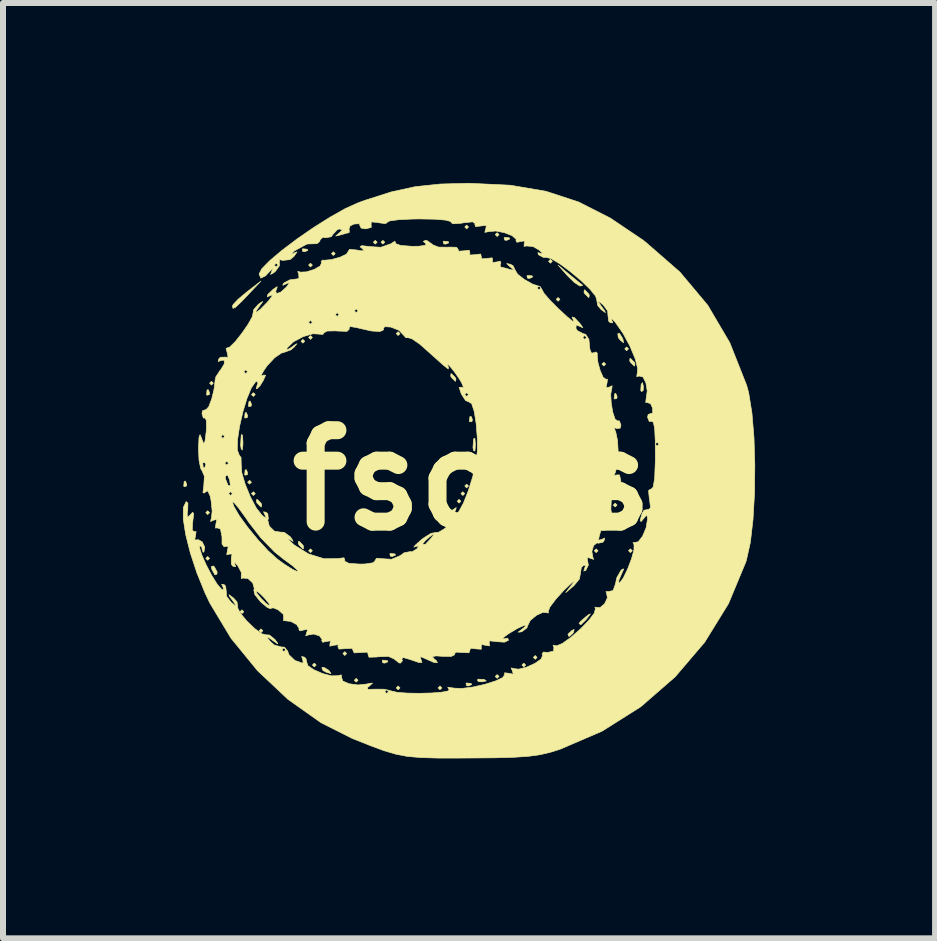
<source format=kicad_pcb>
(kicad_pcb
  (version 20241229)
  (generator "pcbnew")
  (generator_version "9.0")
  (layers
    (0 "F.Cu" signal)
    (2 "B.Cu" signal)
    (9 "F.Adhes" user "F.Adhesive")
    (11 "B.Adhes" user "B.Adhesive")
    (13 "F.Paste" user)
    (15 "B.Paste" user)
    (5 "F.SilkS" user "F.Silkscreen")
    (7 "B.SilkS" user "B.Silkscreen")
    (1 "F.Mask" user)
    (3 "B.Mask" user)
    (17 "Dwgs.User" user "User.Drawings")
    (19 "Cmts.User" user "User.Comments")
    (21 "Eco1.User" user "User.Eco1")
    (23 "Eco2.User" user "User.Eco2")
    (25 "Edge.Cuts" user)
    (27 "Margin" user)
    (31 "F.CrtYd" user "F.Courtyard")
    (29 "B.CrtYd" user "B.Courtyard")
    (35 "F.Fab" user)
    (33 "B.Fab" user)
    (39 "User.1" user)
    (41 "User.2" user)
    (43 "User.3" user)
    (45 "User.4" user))
  (footprint "fsoss"
    (layer "F.Cu")
    (at 4.825 4.957)
    (property "Reference" "fsoss" (at 0 0 0) (layer "F.SilkS") (effects (font (size 1.524 1.524) (thickness 0.3))))
    (attr through_hole)
    (fp_poly (pts (xy -4.445 0.54) (xy -4.413 0.572) (xy -4.381 0.54) (xy -4.413 0.508) (xy -4.445 0.54)) (stroke (width 0.01) (type solid)) (fill yes) (layer "F.SilkS"))
    (fp_poly (pts (xy -4.445 1.302) (xy -4.413 1.333) (xy -4.381 1.302) (xy -4.413 1.27) (xy -4.445 1.302)) (stroke (width 0.01) (type solid)) (fill yes) (layer "F.SilkS"))
    (fp_poly (pts (xy -4.381 -1.619) (xy -4.35 -1.587) (xy -4.318 -1.619) (xy -4.35 -1.651) (xy -4.381 -1.619)) (stroke (width 0.01) (type solid)) (fill yes) (layer "F.SilkS"))
    (fp_poly (pts (xy -3.873 2.191) (xy -3.842 2.223) (xy -3.81 2.191) (xy -3.842 2.159) (xy -3.873 2.191)) (stroke (width 0.01) (type solid)) (fill yes) (layer "F.SilkS"))
    (fp_poly (pts (xy -3.747 0.032) (xy -3.715 0.064) (xy -3.683 0.032) (xy -3.715 0) (xy -3.747 0.032)) (stroke (width 0.01) (type solid)) (fill yes) (layer "F.SilkS"))
    (fp_poly (pts (xy -3.683 -1.429) (xy -3.651 -1.397) (xy -3.619 -1.429) (xy -3.651 -1.46) (xy -3.683 -1.429)) (stroke (width 0.01) (type solid)) (fill yes) (layer "F.SilkS"))
    (fp_poly (pts (xy -3.683 0.222) (xy -3.651 0.254) (xy -3.619 0.222) (xy -3.651 0.191) (xy -3.683 0.222)) (stroke (width 0.01) (type solid)) (fill yes) (layer "F.SilkS"))
    (fp_poly (pts (xy -3.556 2.508) (xy -3.524 2.54) (xy -3.493 2.508) (xy -3.524 2.477) (xy -3.556 2.508)) (stroke (width 0.01) (type solid)) (fill yes) (layer "F.SilkS"))
    (fp_poly (pts (xy -2.857 -2.318) (xy -2.826 -2.286) (xy -2.794 -2.318) (xy -2.826 -2.349) (xy -2.857 -2.318)) (stroke (width 0.01) (type solid)) (fill yes) (layer "F.SilkS"))
    (fp_poly (pts (xy -2.731 -3.588) (xy -2.699 -3.556) (xy -2.667 -3.588) (xy -2.699 -3.619) (xy -2.731 -3.588)) (stroke (width 0.01) (type solid)) (fill yes) (layer "F.SilkS"))
    (fp_poly (pts (xy -2.731 -2.381) (xy -2.699 -2.349) (xy -2.667 -2.381) (xy -2.699 -2.413) (xy -2.731 -2.381)) (stroke (width 0.01) (type solid)) (fill yes) (layer "F.SilkS"))
    (fp_poly (pts (xy -2.731 1.175) (xy -2.699 1.206) (xy -2.667 1.175) (xy -2.699 1.143) (xy -2.731 1.175)) (stroke (width 0.01) (type solid)) (fill yes) (layer "F.SilkS"))
    (fp_poly (pts (xy -2.667 3.08) (xy -2.635 3.111) (xy -2.603 3.08) (xy -2.635 3.048) (xy -2.667 3.08)) (stroke (width 0.01) (type solid)) (fill yes) (layer "F.SilkS"))
    (fp_poly (pts (xy -2.349 -3.778) (xy -2.318 -3.747) (xy -2.286 -3.778) (xy -2.318 -3.81) (xy -2.349 -3.778)) (stroke (width 0.01) (type solid)) (fill yes) (layer "F.SilkS"))
    (fp_poly (pts (xy -2.159 2.889) (xy -2.127 2.921) (xy -2.095 2.889) (xy -2.127 2.857) (xy -2.159 2.889)) (stroke (width 0.01) (type solid)) (fill yes) (layer "F.SilkS"))
    (fp_poly (pts (xy -1.968 3.334) (xy -1.937 3.365) (xy -1.905 3.334) (xy -1.937 3.302) (xy -1.968 3.334)) (stroke (width 0.01) (type solid)) (fill yes) (layer "F.SilkS"))
    (fp_poly (pts (xy -1.651 -3.969) (xy -1.619 -3.937) (xy -1.587 -3.969) (xy -1.619 -4) (xy -1.651 -3.969)) (stroke (width 0.01) (type solid)) (fill yes) (layer "F.SilkS"))
    (fp_poly (pts (xy -1.524 -3.969) (xy -1.492 -3.937) (xy -1.46 -3.969) (xy -1.492 -4) (xy -1.524 -3.969)) (stroke (width 0.01) (type solid)) (fill yes) (layer "F.SilkS"))
    (fp_poly (pts (xy -1.27 -2.445) (xy -1.238 -2.413) (xy -1.206 -2.445) (xy -1.238 -2.477) (xy -1.27 -2.445)) (stroke (width 0.01) (type solid)) (fill yes) (layer "F.SilkS"))
    (fp_poly (pts (xy -1.27 3.461) (xy -1.238 3.493) (xy -1.206 3.461) (xy -1.238 3.429) (xy -1.27 3.461)) (stroke (width 0.01) (type solid)) (fill yes) (layer "F.SilkS"))
    (fp_poly (pts (xy -0.572 3.461) (xy -0.54 3.493) (xy -0.508 3.461) (xy -0.54 3.429) (xy -0.572 3.461)) (stroke (width 0.01) (type solid)) (fill yes) (layer "F.SilkS"))
    (fp_poly (pts (xy -0.254 0.349) (xy -0.222 0.381) (xy -0.191 0.349) (xy -0.222 0.318) (xy -0.254 0.349)) (stroke (width 0.01) (type solid)) (fill yes) (layer "F.SilkS"))
    (fp_poly (pts (xy -0.191 0.222) (xy -0.159 0.254) (xy -0.127 0.222) (xy -0.159 0.191) (xy -0.191 0.222)) (stroke (width 0.01) (type solid)) (fill yes) (layer "F.SilkS"))
    (fp_poly (pts (xy -0.127 -4.223) (xy -0.095 -4.191) (xy -0.064 -4.223) (xy -0.095 -4.255) (xy -0.127 -4.223)) (stroke (width 0.01) (type solid)) (fill yes) (layer "F.SilkS"))
    (fp_poly (pts (xy -0.127 0.095) (xy -0.095 0.127) (xy -0.064 0.095) (xy -0.095 0.064) (xy -0.127 0.095)) (stroke (width 0.01) (type solid)) (fill yes) (layer "F.SilkS"))
    (fp_poly (pts (xy 0.381 -4.096) (xy 0.413 -4.064) (xy 0.445 -4.096) (xy 0.413 -4.128) (xy 0.381 -4.096)) (stroke (width 0.01) (type solid)) (fill yes) (layer "F.SilkS"))
    (fp_poly (pts (xy 0.381 3.27) (xy 0.413 3.302) (xy 0.445 3.27) (xy 0.413 3.239) (xy 0.381 3.27)) (stroke (width 0.01) (type solid)) (fill yes) (layer "F.SilkS"))
    (fp_poly (pts (xy 0.826 3.08) (xy 0.857 3.111) (xy 0.889 3.08) (xy 0.857 3.048) (xy 0.826 3.08)) (stroke (width 0.01) (type solid)) (fill yes) (layer "F.SilkS"))
    (fp_poly (pts (xy 1.016 2.953) (xy 1.048 2.985) (xy 1.079 2.953) (xy 1.048 2.921) (xy 1.016 2.953)) (stroke (width 0.01) (type solid)) (fill yes) (layer "F.SilkS"))
    (fp_poly (pts (xy 1.27 -3.651) (xy 1.302 -3.619) (xy 1.333 -3.651) (xy 1.302 -3.683) (xy 1.27 -3.651)) (stroke (width 0.01) (type solid)) (fill yes) (layer "F.SilkS"))
    (fp_poly (pts (xy 1.397 -3.016) (xy 1.429 -2.985) (xy 1.46 -3.016) (xy 1.429 -3.048) (xy 1.397 -3.016)) (stroke (width 0.01) (type solid)) (fill yes) (layer "F.SilkS"))
    (fp_poly (pts (xy 2.032 1.175) (xy 2.064 1.206) (xy 2.095 1.175) (xy 2.064 1.143) (xy 2.032 1.175)) (stroke (width 0.01) (type solid)) (fill yes) (layer "F.SilkS"))
    (fp_poly (pts (xy 2.159 -1.937) (xy 2.191 -1.905) (xy 2.223 -1.937) (xy 2.191 -1.968) (xy 2.159 -1.937)) (stroke (width 0.01) (type solid)) (fill yes) (layer "F.SilkS"))
    (fp_poly (pts (xy 2.349 0.413) (xy 2.381 0.445) (xy 2.413 0.413) (xy 2.381 0.381) (xy 2.349 0.413)) (stroke (width 0.01) (type solid)) (fill yes) (layer "F.SilkS"))
    (fp_poly (pts (xy 2.54 -2.191) (xy 2.572 -2.159) (xy 2.603 -2.191) (xy 2.572 -2.223) (xy 2.54 -2.191)) (stroke (width 0.01) (type solid)) (fill yes) (layer "F.SilkS"))
    (fp_poly (pts (xy 2.603 1.175) (xy 2.635 1.206) (xy 2.667 1.175) (xy 2.635 1.143) (xy 2.603 1.175)) (stroke (width 0.01) (type solid)) (fill yes) (layer "F.SilkS"))
    (fp_poly (pts (xy -4.805 0.021) (xy -4.812 0.097) (xy -4.805 0.106) (xy -4.767 0.097) (xy -4.763 0.064) (xy -4.786 0.011) (xy -4.805 0.021)) (stroke (width 0.01) (type solid)) (fill yes) (layer "F.SilkS"))
    (fp_poly (pts (xy -4.424 -1.503) (xy -4.431 -1.427) (xy -4.424 -1.418) (xy -4.386 -1.427) (xy -4.381 -1.46) (xy -4.405 -1.513) (xy -4.424 -1.503)) (stroke (width 0.01) (type solid)) (fill yes) (layer "F.SilkS"))
    (fp_poly (pts (xy -3.789 -1.122) (xy -3.796 -1.046) (xy -3.789 -1.037) (xy -3.751 -1.046) (xy -3.747 -1.079) (xy -3.77 -1.132) (xy -3.789 -1.122)) (stroke (width 0.01) (type solid)) (fill yes) (layer "F.SilkS"))
    (fp_poly (pts (xy -3.789 -0.169) (xy -3.796 -0.094) (xy -3.789 -0.085) (xy -3.751 -0.093) (xy -3.747 -0.127) (xy -3.77 -0.179) (xy -3.789 -0.169)) (stroke (width 0.01) (type solid)) (fill yes) (layer "F.SilkS"))
    (fp_poly (pts (xy -3.725 -1.312) (xy -3.733 -1.237) (xy -3.725 -1.228) (xy -3.688 -1.236) (xy -3.683 -1.27) (xy -3.706 -1.322) (xy -3.725 -1.312)) (stroke (width 0.01) (type solid)) (fill yes) (layer "F.SilkS"))
    (fp_poly (pts (xy -2.836 -3.852) (xy -2.828 -3.815) (xy -2.794 -3.81) (xy -2.742 -3.833) (xy -2.752 -3.852) (xy -2.827 -3.86) (xy -2.836 -3.852)) (stroke (width 0.01) (type solid)) (fill yes) (layer "F.SilkS"))
    (fp_poly (pts (xy -1.503 3.006) (xy -1.494 3.043) (xy -1.46 3.048) (xy -1.408 3.025) (xy -1.418 3.006) (xy -1.494 2.998) (xy -1.503 3.006)) (stroke (width 0.01) (type solid)) (fill yes) (layer "F.SilkS"))
    (fp_poly (pts (xy -1.376 1.228) (xy -1.367 1.265) (xy -1.333 1.27) (xy -1.281 1.247) (xy -1.291 1.228) (xy -1.367 1.22) (xy -1.376 1.228)) (stroke (width 0.01) (type solid)) (fill yes) (layer "F.SilkS"))
    (fp_poly (pts (xy -0.487 -3.979) (xy -0.478 -3.942) (xy -0.445 -3.937) (xy -0.392 -3.96) (xy -0.402 -3.979) (xy -0.478 -3.987) (xy -0.487 -3.979)) (stroke (width 0.01) (type solid)) (fill yes) (layer "F.SilkS"))
    (fp_poly (pts (xy -0.106 3.387) (xy -0.097 3.424) (xy -0.064 3.429) (xy -0.011 3.406) (xy -0.021 3.387) (xy -0.097 3.379) (xy -0.106 3.387)) (stroke (width 0.01) (type solid)) (fill yes) (layer "F.SilkS"))
    (fp_poly (pts (xy -0.042 -1.058) (xy -0.05 -0.983) (xy -0.042 -0.974) (xy -0.005 -0.982) (xy 0 -1.016) (xy -0.023 -1.068) (xy -0.042 -1.058)) (stroke (width 0.01) (type solid)) (fill yes) (layer "F.SilkS"))
    (fp_poly (pts (xy -0.042 -0.233) (xy -0.05 -0.157) (xy -0.042 -0.148) (xy -0.005 -0.157) (xy 0 -0.191) (xy -0.023 -0.243) (xy -0.042 -0.233)) (stroke (width 0.01) (type solid)) (fill yes) (layer "F.SilkS"))
    (fp_poly (pts (xy 0.081 3.327) (xy 0.1 3.356) (xy 0.164 3.36) (xy 0.232 3.345) (xy 0.202 3.322) (xy 0.103 3.315) (xy 0.081 3.327)) (stroke (width 0.01) (type solid)) (fill yes) (layer "F.SilkS"))
    (fp_poly (pts (xy 0.529 -4.043) (xy 0.538 -4.005) (xy 0.572 -4) (xy 0.624 -4.024) (xy 0.614 -4.043) (xy 0.538 -4.05) (xy 0.529 -4.043)) (stroke (width 0.01) (type solid)) (fill yes) (layer "F.SilkS"))
    (fp_poly (pts (xy 0.91 -3.408) (xy 0.919 -3.37) (xy 0.953 -3.365) (xy 1.005 -3.389) (xy 0.995 -3.408) (xy 0.919 -3.415) (xy 0.91 -3.408)) (stroke (width 0.01) (type solid)) (fill yes) (layer "F.SilkS"))
    (fp_poly (pts (xy 2.371 -1.439) (xy 2.363 -1.364) (xy 2.371 -1.355) (xy 2.408 -1.363) (xy 2.413 -1.397) (xy 2.39 -1.449) (xy 2.371 -1.439)) (stroke (width 0.01) (type solid)) (fill yes) (layer "F.SilkS"))
    (fp_poly (pts (xy 2.814 -1.599) (xy 2.807 -1.5) (xy 2.819 -1.478) (xy 2.848 -1.497) (xy 2.852 -1.561) (xy 2.837 -1.629) (xy 2.814 -1.599)) (stroke (width 0.01) (type solid)) (fill yes) (layer "F.SilkS"))
    (fp_poly (pts (xy -4.353 1.439) (xy -4.342 1.489) (xy -4.291 1.578) (xy -4.258 1.563) (xy -4.255 1.528) (xy -4.301 1.442) (xy -4.317 1.429) (xy -4.353 1.439)) (stroke (width 0.01) (type solid)) (fill yes) (layer "F.SilkS"))
    (fp_poly (pts (xy -2.51 3.124) (xy -2.491 3.171) (xy -2.432 3.203) (xy -2.357 3.222) (xy -2.388 3.175) (xy -2.396 3.167) (xy -2.479 3.117) (xy -2.51 3.124)) (stroke (width 0.01) (type solid)) (fill yes) (layer "F.SilkS"))
    (fp_poly (pts (xy 1.661 2.502) (xy 1.593 2.566) (xy 1.607 2.603) (xy 1.616 2.603) (xy 1.669 2.558) (xy 1.689 2.53) (xy 1.696 2.487) (xy 1.661 2.502)) (stroke (width 0.01) (type solid)) (fill yes) (layer "F.SilkS"))
    (fp_poly (pts (xy 2.432 -2.379) (xy 2.469 -2.333) (xy 2.522 -2.292) (xy 2.509 -2.356) (xy 2.504 -2.368) (xy 2.454 -2.446) (xy 2.425 -2.446) (xy 2.432 -2.379)) (stroke (width 0.01) (type solid)) (fill yes) (layer "F.SilkS"))
    (fp_poly (pts (xy -3.854 -0.746) (xy -3.864 -0.585) (xy -3.854 -0.524) (xy -3.835 -0.504) (xy -3.825 -0.592) (xy -3.825 -0.635) (xy -3.831 -0.751) (xy -3.848 -0.764) (xy -3.854 -0.746)) (stroke (width 0.01) (type solid)) (fill yes) (layer "F.SilkS"))
    (fp_poly (pts (xy -3.6 0.359) (xy -3.588 0.381) (xy -3.528 0.442) (xy -3.517 0.445) (xy -3.512 0.403) (xy -3.524 0.381) (xy -3.584 0.32) (xy -3.595 0.318) (xy -3.6 0.359)) (stroke (width 0.01) (type solid)) (fill yes) (layer "F.SilkS"))
    (fp_poly (pts (xy -2.901 1.057) (xy -2.889 1.079) (xy -2.829 1.14) (xy -2.818 1.143) (xy -2.814 1.102) (xy -2.826 1.079) (xy -2.886 1.019) (xy -2.897 1.016) (xy -2.901 1.057)) (stroke (width 0.01) (type solid)) (fill yes) (layer "F.SilkS"))
    (fp_poly (pts (xy -0.361 -1.737) (xy -0.349 -1.714) (xy -0.289 -1.654) (xy -0.278 -1.651) (xy -0.274 -1.692) (xy -0.286 -1.714) (xy -0.346 -1.775) (xy -0.357 -1.778) (xy -0.361 -1.737)) (stroke (width 0.01) (type solid)) (fill yes) (layer "F.SilkS"))
    (fp_poly (pts (xy 0.023 -0.692) (xy 0.019 -0.681) (xy 0.01 -0.543) (xy 0.022 -0.491) (xy 0.043 -0.489) (xy 0.051 -0.588) (xy 0.051 -0.603) (xy 0.042 -0.702) (xy 0.023 -0.692)) (stroke (width 0.01) (type solid)) (fill yes) (layer "F.SilkS"))
    (fp_poly (pts (xy 1.861 -3.134) (xy 1.873 -3.111) (xy 1.933 -3.051) (xy 1.944 -3.048) (xy 1.949 -3.089) (xy 1.937 -3.111) (xy 1.877 -3.172) (xy 1.866 -3.175) (xy 1.861 -3.134)) (stroke (width 0.01) (type solid)) (fill yes) (layer "F.SilkS"))
    (fp_poly (pts (xy 1.935 2.242) (xy 1.889 2.278) (xy 1.801 2.356) (xy 1.778 2.389) (xy 1.809 2.408) (xy 1.893 2.326) (xy 1.913 2.302) (xy 1.968 2.227) (xy 1.935 2.242)) (stroke (width 0.01) (type solid)) (fill yes) (layer "F.SilkS"))
    (fp_poly (pts (xy 2.623 -1.991) (xy 2.635 -1.968) (xy 2.695 -1.908) (xy 2.706 -1.905) (xy 2.711 -1.946) (xy 2.699 -1.968) (xy 2.639 -2.029) (xy 2.628 -2.032) (xy 2.623 -1.991)) (stroke (width 0.01) (type solid)) (fill yes) (layer "F.SilkS"))
    (fp_poly (pts (xy -3.762 -3.138) (xy -3.903 -3.02) (xy -3.988 -2.93) (xy -4 -2.905) (xy -3.991 -2.866) (xy -3.95 -2.883) (xy -3.858 -2.97) (xy -3.743 -3.09) (xy -3.524 -3.322) (xy -3.762 -3.138)) (stroke (width 0.01) (type solid)) (fill yes) (layer "F.SilkS"))
    (fp_poly (pts (xy 1.583 -3.413) (xy 1.7 -3.298) (xy 1.79 -3.24) (xy 1.8 -3.239) (xy 1.841 -3.25) (xy 1.836 -3.254) (xy 1.775 -3.302) (xy 1.656 -3.399) (xy 1.619 -3.429) (xy 1.429 -3.588) (xy 1.583 -3.413)) (stroke (width 0.01) (type solid)) (fill yes) (layer "F.SilkS"))
    (fp_poly (pts (xy -0.536 -4.939) (xy -0.952 -4.895) (xy -1.351 -4.808) (xy -1.786 -4.669) (xy -1.905 -4.626) (xy -2.118 -4.53) (xy -2.373 -4.386) (xy -2.648 -4.213) (xy -2.922 -4.024) (xy -3.171 -3.836) (xy -3.374 -3.665) (xy -3.51 -3.527) (xy -3.556 -3.439) (xy -3.527 -3.37) (xy -3.446 -3.41) (xy -3.384 -3.477) (xy -3.331 -3.53) (xy -3.341 -3.493) (xy -3.365 -3.431) (xy -3.315 -3.458) (xy -3.283 -3.484) (xy -3.215 -3.579) (xy -3.215 -3.588) (xy -3.239 -3.588) (xy -3.27 -3.556) (xy -3.302 -3.588) (xy -3.27 -3.619) (xy -3.239 -3.588) (xy -3.215 -3.588) (xy -3.218 -3.637) (xy -3.213 -3.678) (xy -3.158 -3.666) (xy -3.039 -3.679) (xy -2.973 -3.734) (xy -2.922 -3.808) (xy -2.957 -3.797) (xy -2.987 -3.778) (xy -3.021 -3.766) (xy -2.966 -3.825) (xy -2.965 -3.826) (xy -2.757 -3.939) (xy -2.588 -3.945) (xy -2.542 -3.986) (xy -2.54 -4.007) (xy -2.494 -4.051) (xy -2.45 -4.043) (xy -2.353 -4.06) (xy -2.325 -4.1) (xy -2.248 -4.181) (xy -2.209 -4.19) (xy -2.17 -4.17) (xy -2.223 -4.121) (xy -2.278 -4.073) (xy -2.223 -4.083) (xy -2.201 -4.09) (xy -2.09 -4.121) (xy -2.055 -4.128) (xy -2.051 -4.168) (xy -2.059 -4.184) (xy -2.037 -4.242) (xy -1.968 -4.273) (xy -1.882 -4.277) (xy -1.877 -4.249) (xy -1.854 -4.204) (xy -1.778 -4.191) (xy -1.685 -4.216) (xy -1.688 -4.264) (xy -1.685 -4.308) (xy -1.578 -4.297) (xy -1.56 -4.293) (xy -1.447 -4.278) (xy -1.419 -4.301) (xy -1.419 -4.302) (xy -1.375 -4.325) (xy -1.23 -4.344) (xy -1.012 -4.355) (xy -0.887 -4.357) (xy -0.635 -4.353) (xy -0.452 -4.338) (xy -0.362 -4.315) (xy -0.358 -4.304) (xy -0.328 -4.276) (xy -0.203 -4.283) (xy -0.156 -4.291) (xy 0.004 -4.309) (xy 0.046 -4.28) (xy 0.041 -4.269) (xy 0.053 -4.228) (xy 0.137 -4.239) (xy 0.231 -4.249) (xy 0.225 -4.196) (xy 0.222 -4.19) (xy 0.207 -4.133) (xy 0.274 -4.146) (xy 0.39 -4.156) (xy 0.534 -4.128) (xy 0.662 -4.078) (xy 0.729 -4.02) (xy 0.727 -3.995) (xy 0.744 -3.967) (xy 0.801 -3.98) (xy 0.875 -3.991) (xy 0.864 -3.949) (xy 0.862 -3.899) (xy 0.903 -3.907) (xy 1.013 -3.896) (xy 1.113 -3.838) (xy 1.176 -3.78) (xy 1.149 -3.783) (xy 1.091 -3.795) (xy 1.103 -3.759) (xy 1.192 -3.712) (xy 1.224 -3.718) (xy 1.312 -3.696) (xy 1.458 -3.609) (xy 1.633 -3.479) (xy 1.81 -3.331) (xy 1.959 -3.187) (xy 2.054 -3.071) (xy 2.072 -3.014) (xy 2.09 -2.913) (xy 2.147 -2.846) (xy 2.218 -2.795) (xy 2.206 -2.826) (xy 2.159 -2.889) (xy 2.098 -2.976) (xy 2.119 -2.972) (xy 2.178 -2.927) (xy 2.255 -2.824) (xy 2.26 -2.754) (xy 2.272 -2.653) (xy 2.299 -2.627) (xy 2.34 -2.625) (xy 2.323 -2.673) (xy 2.321 -2.699) (xy 2.382 -2.635) (xy 2.51 -2.452) (xy 2.626 -2.238) (xy 2.713 -2.03) (xy 2.755 -1.866) (xy 2.751 -1.803) (xy 2.74 -1.728) (xy 2.781 -1.738) (xy 2.844 -1.722) (xy 2.893 -1.624) (xy 2.915 -1.488) (xy 2.897 -1.362) (xy 2.89 -1.295) (xy 2.915 -1.298) (xy 2.972 -1.275) (xy 3.003 -1.206) (xy 3.007 -1.12) (xy 2.979 -1.115) (xy 2.93 -1.096) (xy 2.921 -1.048) (xy 2.95 -0.979) (xy 2.983 -0.984) (xy 3.017 -0.968) (xy 3.039 -0.862) (xy 3.049 -0.656) (xy 3.049 -0.604) (xy 3.08 -0.635) (xy 3.111 -0.603) (xy 3.08 -0.572) (xy 3.049 -0.602) (xy 3.05 -0.335) (xy 3.049 -0.302) (xy 3.039 -0.034) (xy 3.014 0.114) (xy 2.975 0.152) (xy 2.967 0.148) (xy 2.937 0.173) (xy 2.949 0.298) (xy 2.953 0.318) (xy 2.97 0.457) (xy 2.939 0.487) (xy 2.934 0.485) (xy 2.862 0.499) (xy 2.832 0.545) (xy 2.797 0.665) (xy 2.812 0.69) (xy 2.858 0.635) (xy 2.907 0.576) (xy 2.92 0.633) (xy 2.92 0.648) (xy 2.896 0.793) (xy 2.837 0.933) (xy 2.765 1.025) (xy 2.711 1.036) (xy 2.678 1.038) (xy 2.695 1.073) (xy 2.694 1.16) (xy 2.652 1.311) (xy 2.587 1.482) (xy 2.516 1.629) (xy 2.455 1.71) (xy 2.442 1.714) (xy 2.442 1.667) (xy 2.482 1.572) (xy 2.524 1.478) (xy 2.5 1.482) (xy 2.476 1.504) (xy 2.407 1.625) (xy 2.386 1.726) (xy 2.346 1.838) (xy 2.283 1.852) (xy 2.226 1.856) (xy 2.236 1.876) (xy 2.251 1.959) (xy 2.204 2.059) (xy 2.129 2.122) (xy 2.083 2.119) (xy 2.042 2.115) (xy 2.052 2.14) (xy 2.032 2.216) (xy 1.938 2.338) (xy 1.799 2.481) (xy 1.644 2.617) (xy 1.503 2.719) (xy 1.405 2.76) (xy 1.388 2.756) (xy 1.344 2.749) (xy 1.359 2.784) (xy 1.353 2.849) (xy 1.251 2.87) (xy 1.186 2.863) (xy 1.161 2.894) (xy 1.172 2.916) (xy 1.148 2.978) (xy 1.045 3.051) (xy 0.904 3.115) (xy 0.77 3.149) (xy 0.692 3.139) (xy 0.646 3.128) (xy 0.667 3.176) (xy 0.682 3.233) (xy 0.61 3.218) (xy 0.537 3.209) (xy 0.539 3.237) (xy 0.509 3.287) (xy 0.387 3.345) (xy 0.21 3.401) (xy 0.012 3.446) (xy -0.172 3.47) (xy -0.306 3.465) (xy -0.41 3.449) (xy -0.398 3.477) (xy -0.387 3.485) (xy -0.4 3.511) (xy -0.509 3.532) (xy -0.68 3.546) (xy -0.882 3.551) (xy -1.082 3.548) (xy -1.249 3.536) (xy -1.301 3.524) (xy -1.397 3.524) (xy -1.429 3.556) (xy -1.46 3.524) (xy -1.429 3.493) (xy -1.397 3.524) (xy -1.301 3.524) (xy -1.351 3.513) (xy -1.357 3.51) (xy -1.468 3.483) (xy -1.619 3.482) (xy -1.74 3.485) (xy -1.75 3.457) (xy -1.714 3.428) (xy -1.664 3.381) (xy -1.72 3.386) (xy -1.757 3.396) (xy -1.906 3.412) (xy -2.054 3.392) (xy -2.16 3.347) (xy -2.181 3.287) (xy -2.18 3.284) (xy -2.185 3.244) (xy -2.245 3.258) (xy -2.352 3.26) (xy -2.499 3.221) (xy -2.643 3.158) (xy -2.742 3.091) (xy -2.758 3.042) (xy -2.775 2.971) (xy -2.803 2.947) (xy -2.847 2.939) (xy -2.832 2.975) (xy -2.82 3.04) (xy -2.838 3.047) (xy -2.959 3.003) (xy -3.058 2.908) (xy -3.081 2.844) (xy -3.096 2.826) (xy -3.111 2.826) (xy -3.143 2.857) (xy -3.175 2.826) (xy -3.143 2.794) (xy -3.111 2.826) (xy -3.096 2.826) (xy -3.132 2.782) (xy -3.184 2.779) (xy -3.301 2.747) (xy -3.373 2.684) (xy -3.428 2.609) (xy -3.399 2.619) (xy -3.334 2.667) (xy -3.247 2.728) (xy -3.251 2.708) (xy -3.293 2.652) (xy -3.384 2.579) (xy -3.438 2.577) (xy -3.513 2.558) (xy -3.631 2.47) (xy -3.759 2.347) (xy -3.864 2.221) (xy -3.914 2.126) (xy -3.911 2.104) (xy -3.925 2.025) (xy -3.985 1.96) (xy -4.059 1.906) (xy -4.048 1.936) (xy -4 2) (xy -3.939 2.087) (xy -3.96 2.083) (xy -4.019 2.038) (xy -4.097 1.935) (xy -4.101 1.865) (xy -4.114 1.764) (xy -4.14 1.738) (xy -4.18 1.733) (xy -4.159 1.778) (xy -4.143 1.831) (xy -4.182 1.815) (xy -4.252 1.736) (xy -4.343 1.59) (xy -4.435 1.415) (xy -4.509 1.249) (xy -4.547 1.129) (xy -4.545 1.094) (xy -4.512 1.109) (xy -4.508 1.143) (xy -4.49 1.2) (xy -4.475 1.194) (xy -4.461 1.115) (xy -4.504 1.027) (xy -4.571 0.989) (xy -4.589 0.995) (xy -4.63 0.99) (xy -4.615 0.928) (xy -4.606 0.854) (xy -4.635 0.857) (xy -4.67 0.833) (xy -4.664 0.705) (xy -4.661 0.686) (xy -4.645 0.556) (xy -4.664 0.534) (xy -4.699 0.572) (xy -4.748 0.618) (xy -4.754 0.562) (xy -4.745 0.494) (xy -4.742 0.381) (xy -4.772 0.355) (xy -4.819 0.454) (xy -4.82 0.646) (xy -4.779 0.907) (xy -4.701 1.215) (xy -4.592 1.546) (xy -4.457 1.878) (xy -4.378 2.045) (xy -4.024 2.633) (xy -3.581 3.175) (xy -3.074 3.652) (xy -2.523 4.042) (xy -2 4.305) (xy -1.706 4.422) (xy -1.474 4.508) (xy -1.274 4.567) (xy -1.079 4.604) (xy -0.856 4.623) (xy -0.577 4.631) (xy -0.212 4.631) (xy -0.046 4.63) (xy 0.372 4.627) (xy 0.689 4.618) (xy 0.931 4.602) (xy 1.124 4.576) (xy 1.293 4.537) (xy 1.46 4.485) (xy 2.162 4.183) (xy 2.807 3.776) (xy 3.381 3.277) (xy 3.873 2.7) (xy 4.27 2.057) (xy 4.56 1.36) (xy 4.57 1.326) (xy 4.635 1.034) (xy 4.679 0.651) (xy 4.704 0.211) (xy 4.709 -0.253) (xy 4.695 -0.708) (xy 4.661 -1.12) (xy 4.607 -1.457) (xy 4.573 -1.583) (xy 4.292 -2.293) (xy 3.925 -2.917) (xy 3.46 -3.472) (xy 2.885 -3.973) (xy 2.844 -4.005) (xy 2.299 -4.372) (xy 1.771 -4.64) (xy 1.227 -4.818) (xy 0.635 -4.919) (xy -0.037 -4.951) (xy -0.048 -4.952) (xy -0.536 -4.939)) (stroke (width 0.01) (type solid)) (fill yes) (layer "F.SilkS"))
    (fp_poly (pts (xy -0.819 -3.982) (xy -0.776 -3.947) (xy -0.782 -3.918) (xy -0.895 -3.902) (xy -1.008 -3.901) (xy -1.195 -3.915) (xy -1.282 -3.947) (xy -1.283 -3.969) (xy -1.293 -3.986) (xy -1.354 -3.945) (xy -1.526 -3.885) (xy -1.699 -3.895) (xy -1.842 -3.912) (xy -1.873 -3.894) (xy -1.841 -3.867) (xy -1.801 -3.826) (xy -1.867 -3.827) (xy -1.926 -3.839) (xy -2.047 -3.851) (xy -2.069 -3.818) (xy -2.099 -3.77) (xy -2.207 -3.719) (xy -2.347 -3.68) (xy -2.471 -3.668) (xy -2.497 -3.672) (xy -2.522 -3.647) (xy -2.513 -3.627) (xy -2.538 -3.572) (xy -2.638 -3.515) (xy -2.766 -3.475) (xy -2.871 -3.47) (xy -2.894 -3.482) (xy -2.912 -3.479) (xy -2.896 -3.445) (xy -2.891 -3.371) (xy -2.917 -3.358) (xy -3.035 -3.343) (xy -3.043 -3.342) (xy -3.137 -3.292) (xy -3.154 -3.276) (xy -3.16 -3.25) (xy -3.111 -3.272) (xy -3.05 -3.3) (xy -3.076 -3.253) (xy -3.103 -3.219) (xy -3.194 -3.137) (xy -3.264 -3.113) (xy -3.279 -3.154) (xy -3.262 -3.191) (xy -3.253 -3.229) (xy -3.322 -3.183) (xy -3.411 -3.097) (xy -3.42 -3.059) (xy -3.35 -3.086) (xy -3.334 -3.077) (xy -3.394 -2.997) (xy -3.424 -2.963) (xy -3.54 -2.846) (xy -3.605 -2.797) (xy -3.605 -2.824) (xy -3.548 -2.905) (xy -3.493 -2.98) (xy -3.526 -2.965) (xy -3.571 -2.93) (xy -3.647 -2.844) (xy -3.654 -2.798) (xy -3.669 -2.725) (xy -3.741 -2.598) (xy -3.844 -2.449) (xy -3.953 -2.312) (xy -4.045 -2.221) (xy -4.09 -2.206) (xy -4.107 -2.195) (xy -4.088 -2.131) (xy -4.073 -2.048) (xy -4.112 -2.054) (xy -4.202 -2.051) (xy -4.228 -2.023) (xy -4.237 -1.979) (xy -4.201 -1.994) (xy -4.138 -2.004) (xy -4.136 -1.94) (xy -4.195 -1.843) (xy -4.207 -1.83) (xy -4.276 -1.726) (xy -4.287 -1.683) (xy -4.306 -1.52) (xy -4.346 -1.354) (xy -4.396 -1.225) (xy -4.442 -1.175) (xy -4.448 -1.177) (xy -4.499 -1.16) (xy -4.508 -1.111) (xy -4.485 -1.038) (xy -4.46 -1.039) (xy -4.436 -1.002) (xy -4.433 -0.875) (xy -4.438 -0.804) (xy -4.458 -0.649) (xy -4.477 -0.609) (xy -4.505 -0.672) (xy -4.513 -0.699) (xy -4.54 -0.762) (xy -4.557 -0.718) (xy -4.565 -0.557) (xy -4.566 -0.528) (xy -4.557 -0.333) (xy -4.529 -0.195) (xy -4.505 -0.156) (xy -4.468 -0.068) (xy -4.477 0.085) (xy -4.492 0.208) (xy -4.466 0.212) (xy -4.457 0.2) (xy -4.411 0.176) (xy -4.372 0.263) (xy -4.355 0.344) (xy -4.338 0.515) (xy -4.351 0.635) (xy -4.356 0.646) (xy -4.364 0.688) (xy -4.317 0.666) (xy -4.26 0.652) (xy -4.275 0.723) (xy -4.284 0.797) (xy -4.254 0.793) (xy -4.2 0.812) (xy -4.174 0.943) (xy -4.174 1.063) (xy -4.138 1.11) (xy -4.11 1.1) (xy -4.07 1.106) (xy -4.084 1.168) (xy -4.095 1.242) (xy -4.052 1.231) (xy -4.005 1.229) (xy -4.019 1.289) (xy -4.019 1.399) (xy -3.988 1.437) (xy -3.946 1.439) (xy -3.964 1.391) (xy -3.967 1.364) (xy -3.912 1.422) (xy -3.851 1.538) (xy -3.854 1.607) (xy -3.852 1.641) (xy -3.827 1.63) (xy -3.742 1.637) (xy -3.662 1.712) (xy -3.635 1.806) (xy -3.644 1.829) (xy -3.626 1.907) (xy -3.537 2.019) (xy -3.522 2.034) (xy -3.419 2.12) (xy -3.367 2.141) (xy -3.365 2.136) (xy -3.319 2.126) (xy -3.237 2.16) (xy -3.151 2.236) (xy -3.146 2.291) (xy -3.149 2.341) (xy -3.132 2.341) (xy -3.028 2.353) (xy -2.929 2.406) (xy -2.889 2.47) (xy -2.893 2.482) (xy -2.876 2.511) (xy -2.819 2.497) (xy -2.745 2.484) (xy -2.762 2.539) (xy -2.779 2.594) (xy -2.746 2.581) (xy -2.648 2.563) (xy -2.549 2.594) (xy -2.505 2.652) (xy -2.512 2.673) (xy -2.495 2.701) (xy -2.438 2.687) (xy -2.363 2.677) (xy -2.374 2.719) (xy -2.376 2.766) (xy -2.311 2.751) (xy -2.236 2.741) (xy -2.242 2.774) (xy -2.224 2.814) (xy -2.116 2.807) (xy -2.003 2.802) (xy -1.989 2.839) (xy -1.97 2.878) (xy -1.862 2.871) (xy -1.746 2.865) (xy -1.738 2.908) (xy -1.723 2.95) (xy -1.593 2.946) (xy -1.565 2.942) (xy -1.399 2.936) (xy -1.307 2.977) (xy -1.306 2.978) (xy -1.223 3.044) (xy -1.199 3.048) (xy -1.165 3.009) (xy -1.175 2.985) (xy -1.161 2.953) (xy -1.047 2.985) (xy -0.896 3.037) (xy -0.84 3.038) (xy -0.857 2.985) (xy -0.861 2.978) (xy -0.865 2.94) (xy -0.778 2.976) (xy -0.774 2.978) (xy -0.649 3.034) (xy -0.583 3.043) (xy -0.6 3.006) (xy -0.635 2.979) (xy -0.669 2.938) (xy -0.599 2.928) (xy -0.497 2.935) (xy -0.352 2.937) (xy -0.296 2.909) (xy -0.3 2.899) (xy -0.276 2.865) (xy -0.17 2.871) (xy -0.056 2.876) (xy -0.044 2.838) (xy -0.029 2.8) (xy 0.054 2.81) (xy 0.149 2.817) (xy 0.148 2.777) (xy 0.153 2.736) (xy 0.215 2.751) (xy 0.29 2.761) (xy 0.28 2.721) (xy 0.284 2.676) (xy 0.395 2.689) (xy 0.399 2.69) (xy 0.534 2.699) (xy 0.603 2.668) (xy 0.59 2.631) (xy 0.527 2.643) (xy 0.501 2.638) (xy 0.569 2.582) (xy 0.621 2.547) (xy 0.757 2.467) (xy 0.858 2.421) (xy 0.899 2.416) (xy 0.857 2.459) (xy 0.826 2.482) (xy 0.762 2.532) (xy 0.806 2.529) (xy 0.826 2.524) (xy 0.91 2.461) (xy 0.921 2.425) (xy 0.966 2.336) (xy 1.07 2.25) (xy 1.181 2.2) (xy 1.24 2.209) (xy 1.27 2.212) (xy 1.263 2.191) (xy 1.291 2.116) (xy 1.306 2.095) (xy -3.378 2.095) (xy -3.439 2.054) (xy -3.524 1.968) (xy -3.598 1.877) (xy -3.607 1.841) (xy -3.546 1.883) (xy -3.461 1.968) (xy -3.387 2.06) (xy -3.378 2.095) (xy 1.306 2.095) (xy 1.389 1.985) (xy 1.519 1.841) (xy 1.643 1.722) (xy 1.701 1.674) (xy 1.684 1.708) (xy 1.679 1.714) (xy 1.556 1.873) (xy 1.694 1.756) (xy 1.785 1.645) (xy 1.801 1.556) (xy 1.806 1.524) (xy -2.909 1.524) (xy -2.993 1.488) (xy -3.138 1.396) (xy -3.249 1.315) (xy -3.405 1.175) (xy -3.578 0.987) (xy -3.747 0.781) (xy -3.889 0.585) (xy -3.979 0.429) (xy -4 0.358) (xy -3.969 0.375) (xy -3.885 0.478) (xy -3.764 0.646) (xy -3.731 0.696) (xy -3.527 0.959) (xy -3.298 1.194) (xy -3.152 1.311) (xy -3 1.423) (xy -2.914 1.5) (xy -2.909 1.524) (xy 1.806 1.524) (xy 1.817 1.454) (xy 1.847 1.425) (xy 1.894 1.413) (xy 1.873 1.46) (xy 1.857 1.514) (xy 1.892 1.5) (xy 1.934 1.413) (xy 1.923 1.353) (xy 1.914 1.283) (xy 1.968 1.301) (xy 2.022 1.319) (xy 2.01 1.286) (xy 1.992 1.188) (xy 2.021 1.089) (xy 2.077 1.043) (xy 2.098 1.049) (xy 2.172 1.035) (xy 2.196 1.007) (xy 2.205 0.963) (xy 2.158 0.985) (xy 2.102 0.999) (xy 2.116 0.926) (xy 2.127 0.889) (xy -0.639 0.889) (xy -0.655 0.922) (xy -0.69 0.968) (xy -0.783 1.067) (xy -0.824 1.067) (xy -0.826 1.056) (xy -0.782 1.003) (xy -0.714 0.944) (xy -0.639 0.889) (xy 2.127 0.889) (xy 2.153 0.8) (xy 2.159 0.753) (xy 2.198 0.72) (xy 2.222 0.73) (xy 2.257 0.719) (xy 2.243 0.66) (xy 2.23 0.586) (xy 2.285 0.603) (xy 2.339 0.62) (xy 2.326 0.585) (xy 2.309 0.483) (xy 2.317 0.312) (xy 2.325 0.253) (xy 2.363 0.092) (xy 2.404 0.056) (xy 2.421 0.074) (xy 2.462 0.105) (xy 2.475 0.017) (xy 2.476 0.012) (xy 2.453 -0.09) (xy 2.403 -0.089) (xy 2.36 -0.081) (xy 2.381 -0.126) (xy 2.412 -0.238) (xy 2.43 -0.417) (xy 2.431 -0.476) (xy 2.43 -0.493) (xy 0.083 -0.493) (xy 0.06 -0.294) (xy 0.006 -0.061) (xy -0.068 0.175) (xy -0.149 0.38) (xy -0.227 0.523) (xy -0.286 0.572) (xy -0.295 0.529) (xy -0.277 0.492) (xy -0.269 0.454) (xy -0.337 0.5) (xy -0.423 0.583) (xy -0.442 0.626) (xy -0.382 0.604) (xy -0.381 0.603) (xy -0.322 0.603) (xy -0.318 0.621) (xy -0.361 0.708) (xy -0.458 0.803) (xy -0.562 0.866) (xy -0.615 0.87) (xy -0.692 0.886) (xy -0.819 0.966) (xy -0.857 0.997) (xy -0.955 1.085) (xy -0.975 1.116) (xy -0.959 1.108) (xy -0.9 1.093) (xy -0.917 1.137) (xy -1.003 1.192) (xy -1.037 1.189) (xy -1.137 1.208) (xy -1.2 1.255) (xy -1.347 1.317) (xy -1.474 1.309) (xy -1.598 1.299) (xy -1.619 1.334) (xy -1.65 1.374) (xy -1.786 1.395) (xy -1.873 1.397) (xy -2.057 1.385) (xy -2.129 1.349) (xy -2.126 1.331) (xy -2.14 1.292) (xy -2.246 1.305) (xy -2.473 1.308) (xy -2.731 1.227) (xy -2.968 1.08) (xy -2.987 1.063) (xy -3.068 0.987) (xy -3.067 0.975) (xy -3.051 0.984) (xy -2.987 1.019) (xy -3.011 0.974) (xy -3.037 0.94) (xy -3.137 0.867) (xy -3.201 0.864) (xy -3.3 0.848) (xy -3.385 0.765) (xy -3.411 0.665) (xy -3.402 0.642) (xy -3.41 0.559) (xy -3.438 0.534) (xy -3.482 0.525) (xy -3.458 0.578) (xy -3.432 0.634) (xy -3.484 0.602) (xy -3.505 0.585) (xy -3.6 0.466) (xy -3.7 0.278) (xy -3.723 0.222) (xy -4 0.222) (xy -4.032 0.254) (xy -4.064 0.222) (xy -4.032 0.191) (xy -4 0.222) (xy -3.723 0.222) (xy -3.776 0.093) (xy -4.033 0.093) (xy -4.072 0.081) (xy -4.075 0.078) (xy -4.119 -0.032) (xy -4.114 -0.072) (xy -4.081 -0.087) (xy -4.047 -0.005) (xy -4.033 0.093) (xy -3.776 0.093) (xy -3.788 0.064) (xy -3.845 -0.131) (xy -3.853 -0.262) (xy -3.854 -0.286) (xy -4.064 -0.286) (xy -4.096 -0.254) (xy -4.445 -0.254) (xy -4.468 -0.202) (xy -4.487 -0.212) (xy -4.495 -0.287) (xy -4.487 -0.296) (xy -4.45 -0.288) (xy -4.445 -0.254) (xy -4.096 -0.254) (xy -4.128 -0.286) (xy -4.096 -0.318) (xy -4.064 -0.286) (xy -3.854 -0.286) (xy -3.856 -0.379) (xy -3.887 -0.421) (xy -3.919 -0.507) (xy -3.915 -0.678) (xy -3.907 -0.73) (xy -4.128 -0.73) (xy -4.159 -0.699) (xy -4.191 -0.73) (xy -4.159 -0.762) (xy -4.128 -0.73) (xy -3.907 -0.73) (xy -3.881 -0.9) (xy -3.826 -1.14) (xy -3.757 -1.366) (xy -3.683 -1.544) (xy -3.613 -1.642) (xy -3.588 -1.651) (xy -3.576 -1.61) (xy -3.588 -1.587) (xy -3.603 -1.528) (xy -3.594 -1.524) (xy -3.542 -1.573) (xy -3.488 -1.659) (xy -3.447 -1.751) (xy -3.479 -1.755) (xy -3.502 -1.742) (xy -3.52 -1.753) (xy -3.488 -1.81) (xy -3.747 -1.81) (xy -3.778 -1.778) (xy -3.81 -1.81) (xy -3.778 -1.841) (xy -3.747 -1.81) (xy -3.488 -1.81) (xy -3.469 -1.841) (xy -3.421 -1.909) (xy -3.296 -2.044) (xy -3.183 -2.121) (xy -3.153 -2.128) (xy -3.028 -2.173) (xy -2.971 -2.22) (xy -2.925 -2.277) (xy -2.965 -2.255) (xy -3.013 -2.219) (xy -3.093 -2.171) (xy -3.088 -2.207) (xy -2.981 -2.31) (xy -2.818 -2.396) (xy -2.657 -2.443) (xy -2.576 -2.438) (xy -2.491 -2.432) (xy -2.477 -2.457) (xy -2.421 -2.488) (xy -2.284 -2.491) (xy -2.246 -2.488) (xy -2.09 -2.483) (xy -2.052 -2.52) (xy -2.056 -2.528) (xy -2.045 -2.564) (xy -1.928 -2.546) (xy -1.891 -2.536) (xy -1.685 -2.489) (xy -1.54 -2.48) (xy -1.48 -2.508) (xy -1.487 -2.531) (xy -1.46 -2.561) (xy -1.358 -2.554) (xy -1.223 -2.5) (xy -1.163 -2.437) (xy -1.107 -2.376) (xy -1.081 -2.38) (xy -1.009 -2.36) (xy -0.883 -2.274) (xy -0.818 -2.218) (xy -0.656 -2.073) (xy -0.514 -1.946) (xy -0.482 -1.918) (xy -0.402 -1.855) (xy -0.397 -1.882) (xy -0.408 -1.905) (xy -0.414 -1.938) (xy -0.37 -1.896) (xy -0.298 -1.806) (xy -0.221 -1.696) (xy -0.18 -1.627) (xy -0.146 -1.545) (xy -0.185 -1.552) (xy -0.221 -1.55) (xy -0.189 -1.452) (xy -0.182 -1.435) (xy -0.113 -1.329) (xy -0.057 -1.306) (xy -0.011 -1.276) (xy 0.031 -1.147) (xy 0.063 -0.946) (xy 0.082 -0.702) (xy 0.083 -0.493) (xy 2.43 -0.493) (xy 2.42 -0.664) (xy 2.391 -0.803) (xy 2.381 -0.827) (xy 2.365 -0.879) (xy 2.403 -0.863) (xy 2.466 -0.87) (xy 2.477 -0.921) (xy 2.45 -0.992) (xy 2.421 -0.989) (xy 2.379 -1.02) (xy 2.341 -1.134) (xy 2.315 -1.287) (xy 2.307 -1.429) (xy -0.064 -1.429) (xy -0.095 -1.397) (xy -0.127 -1.429) (xy -0.095 -1.46) (xy -0.064 -1.429) (xy 2.307 -1.429) (xy 2.307 -1.436) (xy 2.325 -1.535) (xy 2.326 -1.538) (xy 2.33 -1.576) (xy 2.285 -1.555) (xy 2.228 -1.541) (xy 2.243 -1.612) (xy 2.253 -1.686) (xy 2.227 -1.685) (xy 2.181 -1.717) (xy 2.132 -1.826) (xy 2.093 -1.966) (xy 2.081 -2.089) (xy 2.085 -2.116) (xy 2.058 -2.14) (xy 2.034 -2.128) (xy 1.986 -2.119) (xy 1.959 -2.185) (xy 1.943 -2.349) (xy 1.923 -2.381) (xy 1.905 -2.381) (xy 1.873 -2.349) (xy 1.841 -2.381) (xy 1.873 -2.413) (xy 1.905 -2.381) (xy 1.923 -2.381) (xy 1.889 -2.434) (xy 1.847 -2.445) (xy 1.748 -2.496) (xy 1.727 -2.533) (xy 1.731 -2.589) (xy 1.786 -2.568) (xy 1.841 -2.543) (xy 1.811 -2.592) (xy 1.786 -2.623) (xy 1.774 -2.635) (xy -2.667 -2.635) (xy -2.699 -2.603) (xy -2.731 -2.635) (xy -2.699 -2.667) (xy -2.667 -2.635) (xy 1.774 -2.635) (xy 1.701 -2.712) (xy 1.662 -2.723) (xy 1.691 -2.651) (xy 1.675 -2.649) (xy 1.587 -2.721) (xy 1.542 -2.762) (xy -2.223 -2.762) (xy -2.254 -2.731) (xy -2.286 -2.762) (xy -2.254 -2.794) (xy -2.223 -2.762) (xy 1.542 -2.762) (xy 1.472 -2.826) (xy -1.905 -2.826) (xy -1.937 -2.794) (xy -1.968 -2.826) (xy -1.937 -2.857) (xy -1.905 -2.826) (xy 1.472 -2.826) (xy 1.446 -2.85) (xy 1.444 -2.851) (xy 1.294 -3.002) (xy 1.192 -3.121) (xy 1.162 -3.178) (xy 1.13 -3.23) (xy 1.126 -3.231) (xy 1.115 -3.235) (xy 1.143 -3.207) (xy 1.111 -3.175) (xy 1.079 -3.207) (xy 1.109 -3.236) (xy 1.006 -3.27) (xy 0.867 -3.348) (xy 0.755 -3.435) (xy 0.715 -3.502) (xy 0.678 -3.578) (xy 0.635 -3.601) (xy 0.572 -3.614) (xy 0.612 -3.573) (xy 0.635 -3.555) (xy 0.692 -3.503) (xy 0.639 -3.51) (xy 0.614 -3.518) (xy 0.502 -3.55) (xy 0.467 -3.556) (xy 0.464 -3.597) (xy 0.476 -3.619) (xy 0.465 -3.654) (xy 0.406 -3.64) (xy 0.331 -3.63) (xy 0.339 -3.666) (xy 0.329 -3.709) (xy 0.244 -3.699) (xy 0.149 -3.692) (xy 0.149 -3.731) (xy 0.138 -3.773) (xy 0.054 -3.762) (xy -0.042 -3.755) (xy -0.042 -3.794) (xy -0.052 -3.836) (xy -0.137 -3.826) (xy -0.23 -3.819) (xy -0.237 -3.85) (xy -0.264 -3.885) (xy -0.388 -3.888) (xy -0.41 -3.886) (xy -0.565 -3.888) (xy -0.66 -3.926) (xy -0.663 -3.931) (xy -0.755 -3.996) (xy -0.782 -4) (xy -0.819 -3.982)) (stroke (width 0.01) (type solid)) (fill yes) (layer "F.SilkS")))
  (gr_rect
    (start -3 -3)
    (end 12.539 12.593)
    (stroke (width 0.1) (type default))
    (fill no)
    (layer "Edge.Cuts")))
</source>
